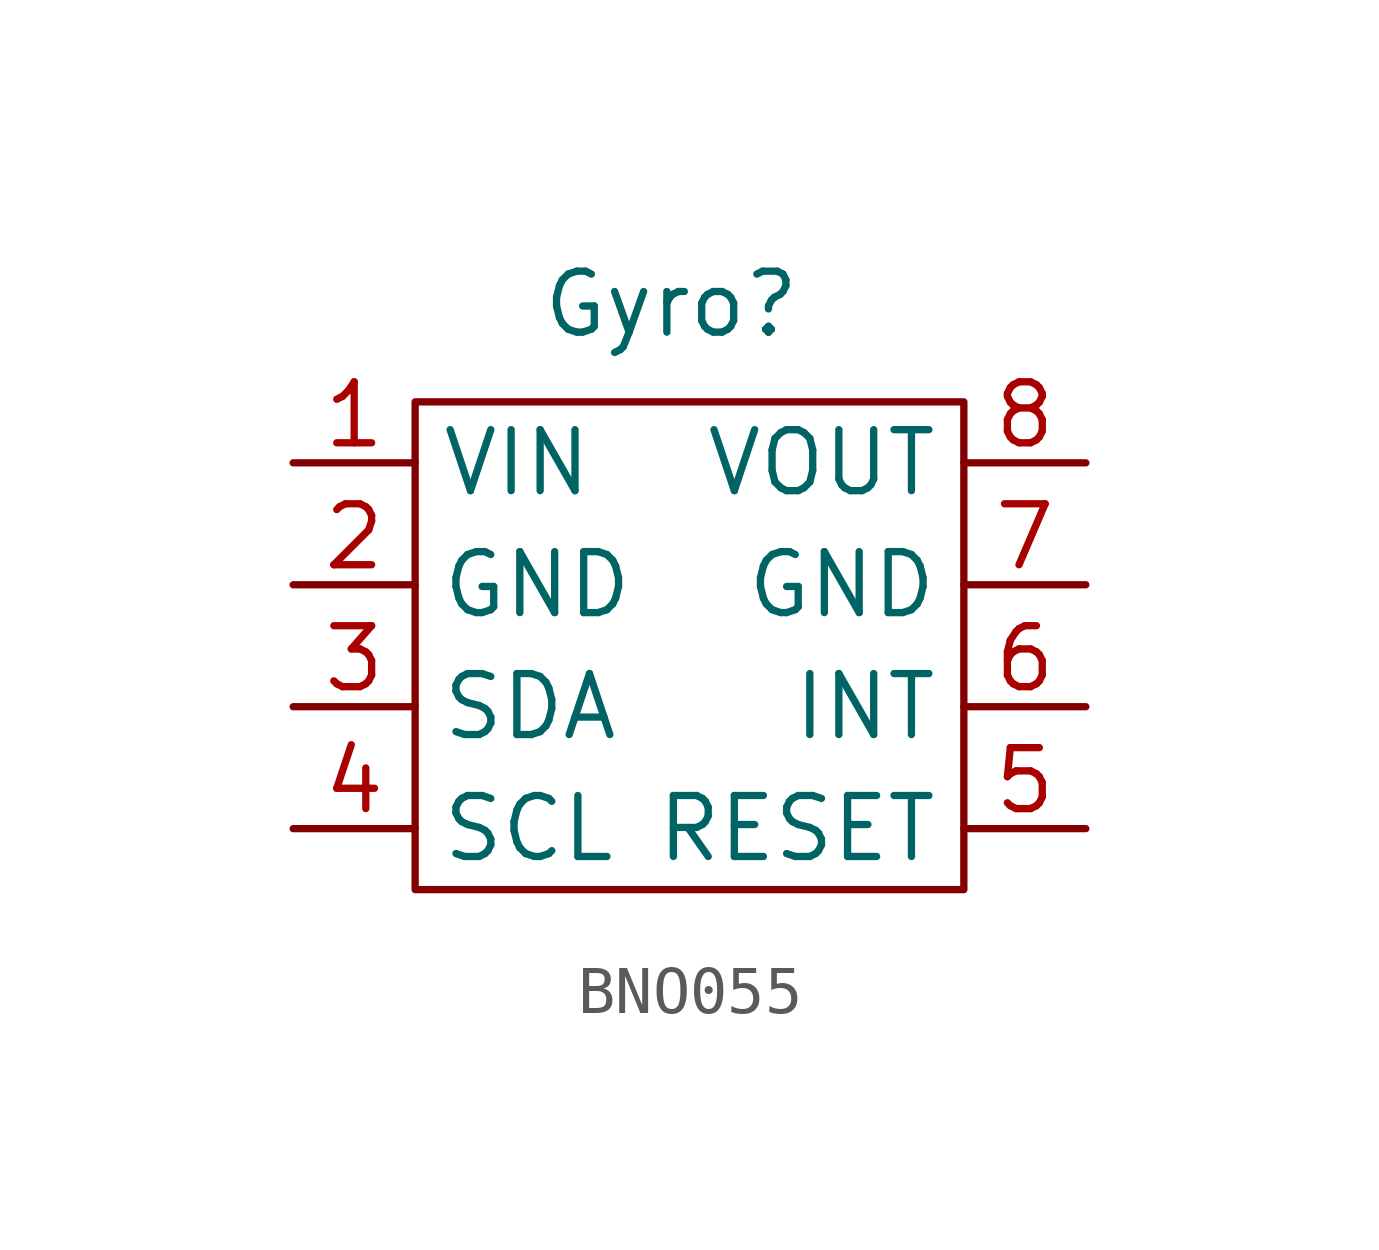
<source format=kicad_sym>
(kicad_symbol_lib
  (version 20231120)
  (generator "kicad_symbol_editor")
  (generator_version "8.0")
  (symbol "BNO055"
    (property "Reference" "Gyro"
      (at -60.706 -29.718 0)
      (effects (font (size 1.27 1.27))))
    (property "Value" ""
      (at -66.04 -33.02 0)
      (effects (font (size 1.27 1.27))))
    (symbol "BNO055_0_1"
      (rectangle (start -66.04 -31.75) (end -54.61 -41.91) (stroke (width 0) (type default)) (fill (type none))))
    (symbol "BNO055_1_1"
      (pin power_in line (at -68.58 -33.02 0) (length 2.54) (name "VIN" (effects (font (size 1.27 1.27)))) (number "1" (effects (font (size 1.27 1.27)))))
      (pin passive line (at -68.58 -35.56 0) (length 2.54) (name "GND" (effects (font (size 1.27 1.27)))) (number "2" (effects (font (size 1.27 1.27)))))
      (pin passive line (at -68.58 -38.1 0) (length 2.54) (name "SDA" (effects (font (size 1.27 1.27)))) (number "3" (effects (font (size 1.27 1.27)))))
      (pin passive line (at -68.58 -40.64 0) (length 2.54) (name "SCL" (effects (font (size 1.27 1.27)))) (number "4" (effects (font (size 1.27 1.27)))))
      (pin passive line (at -52.07 -40.64 180) (length 2.54) (name "RESET" (effects (font (size 1.27 1.27)))) (number "5" (effects (font (size 1.27 1.27)))))
      (pin passive line (at -52.07 -38.1 180) (length 2.54) (name "INT" (effects (font (size 1.27 1.27)))) (number "6" (effects (font (size 1.27 1.27)))))
      (pin passive line (at -52.07 -35.56 180) (length 2.54) (name "GND" (effects (font (size 1.27 1.27)))) (number "7" (effects (font (size 1.27 1.27)))))
      (pin passive line (at -52.07 -33.02 180) (length 2.54) (name "VOUT" (effects (font (size 1.27 1.27)))) (number "8" (effects (font (size 1.27 1.27))))))))
</source>
